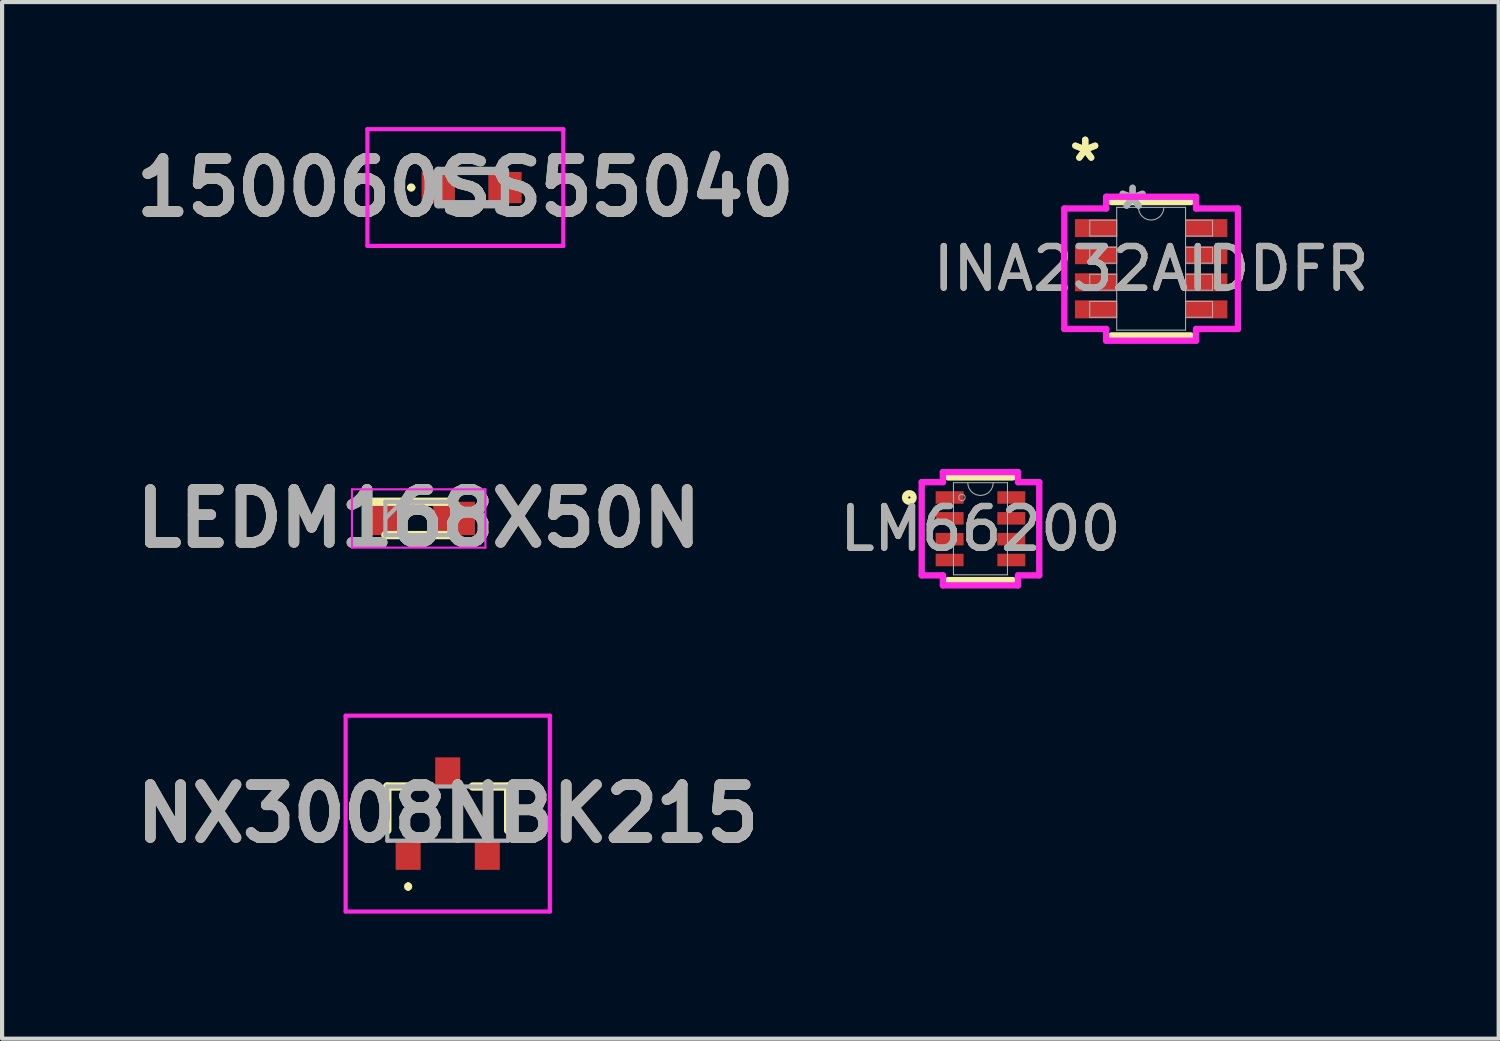
<source format=kicad_pcb>
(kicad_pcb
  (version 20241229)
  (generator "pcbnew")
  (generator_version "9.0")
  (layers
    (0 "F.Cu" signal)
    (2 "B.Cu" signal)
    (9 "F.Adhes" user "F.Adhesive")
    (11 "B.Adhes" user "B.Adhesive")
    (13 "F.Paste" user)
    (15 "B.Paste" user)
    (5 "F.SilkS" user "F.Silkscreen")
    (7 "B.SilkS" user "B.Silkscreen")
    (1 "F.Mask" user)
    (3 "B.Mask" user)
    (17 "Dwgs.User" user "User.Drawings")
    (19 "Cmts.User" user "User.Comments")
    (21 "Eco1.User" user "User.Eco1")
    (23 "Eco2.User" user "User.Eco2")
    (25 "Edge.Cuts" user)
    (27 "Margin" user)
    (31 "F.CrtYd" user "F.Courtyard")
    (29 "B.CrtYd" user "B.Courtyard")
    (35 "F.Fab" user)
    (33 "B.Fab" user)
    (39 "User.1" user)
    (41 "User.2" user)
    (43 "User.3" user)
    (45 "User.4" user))
  (footprint "LEDM168X50N"
    (layer "F.Cu")
    (at 6.997 9.39)
    (property "Reference" "LEDM168X50N" (at 0 0 0) (layer "F.SilkS") (effects (font (size 1.27 1.27) (thickness 0.254))))
    (attr smd)
    (fp_line (start -0.8 0.4) (end 0.8 0.4) (stroke (width 0.2) (type solid)) (layer "F.SilkS"))
    (fp_line (start 0.8 -0.4) (end -1.25 -0.4) (stroke (width 0.2) (type solid)) (layer "F.SilkS"))
    (fp_line (start -1.6 -0.7) (end 1.6 -0.7) (stroke (width 0.05) (type solid)) (layer "F.CrtYd"))
    (fp_line (start -1.6 0.7) (end -1.6 -0.7) (stroke (width 0.05) (type solid)) (layer "F.CrtYd"))
    (fp_line (start 1.6 -0.7) (end 1.6 0.7) (stroke (width 0.05) (type solid)) (layer "F.CrtYd"))
    (fp_line (start 1.6 0.7) (end -1.6 0.7) (stroke (width 0.05) (type solid)) (layer "F.CrtYd"))
    (fp_line (start -0.8 -0.4) (end 0.8 -0.4) (stroke (width 0.1) (type solid)) (layer "F.Fab"))
    (fp_line (start -0.8 0) (end -0.4 -0.4) (stroke (width 0.1) (type solid)) (layer "F.Fab"))
    (fp_line (start -0.8 0.4) (end -0.8 -0.4) (stroke (width 0.1) (type solid)) (layer "F.Fab"))
    (fp_line (start 0.8 -0.4) (end 0.8 0.4) (stroke (width 0.1) (type solid)) (layer "F.Fab"))
    (fp_line (start 0.8 0.4) (end -0.8 0.4) (stroke (width 0.1) (type solid)) (layer "F.Fab"))
    (fp_text user "${REFERENCE}" (at 0 0 0) (layer "F.Fab") (effects (font (size 1.27 1.27) (thickness 0.254))))
    (pad "1" smd rect (at -0.85 0 90) (size 0.8 1) (layers "F.Cu" "F.Mask" "F.Paste"))
    (pad "2" smd rect (at 0.85 0 90) (size 0.8 1) (layers "F.Cu" "F.Mask" "F.Paste")))
  (footprint "INA232AIDDFR"
    (layer "F.Cu")
    (at 24.571 3.398)
    (property "Reference" "INA232AIDDFR" (at 0 0 0) (unlocked yes) (layer "F.SilkS") (effects (font (size 1 1) (thickness 0.15))))
    (attr smd)
    (fp_line (start -0.953 1.6) (end 0.953 1.6) (stroke (width 0.152) (type solid)) (layer "F.SilkS"))
    (fp_line (start 0.953 -1.6) (end -0.953 -1.6) (stroke (width 0.152) (type solid)) (layer "F.SilkS"))
    (fp_line (start -2.083 -1.445) (end -1.079 -1.445) (stroke (width 0.152) (type solid)) (layer "F.CrtYd"))
    (fp_line (start -2.083 1.445) (end -2.083 -1.445) (stroke (width 0.152) (type solid)) (layer "F.CrtYd"))
    (fp_line (start -2.083 1.445) (end -1.079 1.445) (stroke (width 0.152) (type solid)) (layer "F.CrtYd"))
    (fp_line (start -1.079 -1.727) (end 1.079 -1.727) (stroke (width 0.152) (type solid)) (layer "F.CrtYd"))
    (fp_line (start -1.079 -1.445) (end -1.079 -1.727) (stroke (width 0.152) (type solid)) (layer "F.CrtYd"))
    (fp_line (start -1.079 1.727) (end -1.079 1.445) (stroke (width 0.152) (type solid)) (layer "F.CrtYd"))
    (fp_line (start 1.079 -1.727) (end 1.079 -1.445) (stroke (width 0.152) (type solid)) (layer "F.CrtYd"))
    (fp_line (start 1.079 1.445) (end 1.079 1.727) (stroke (width 0.152) (type solid)) (layer "F.CrtYd"))
    (fp_line (start 1.079 1.727) (end -1.079 1.727) (stroke (width 0.152) (type solid)) (layer "F.CrtYd"))
    (fp_line (start 2.083 -1.445) (end 1.079 -1.445) (stroke (width 0.152) (type solid)) (layer "F.CrtYd"))
    (fp_line (start 2.083 -1.445) (end 2.083 1.445) (stroke (width 0.152) (type solid)) (layer "F.CrtYd"))
    (fp_line (start 2.083 1.445) (end 1.079 1.445) (stroke (width 0.152) (type solid)) (layer "F.CrtYd"))
    (fp_line (start -1.473 -1.165) (end -1.473 -0.784) (stroke (width 0.025) (type solid)) (layer "F.Fab"))
    (fp_line (start -1.473 -0.784) (end -0.826 -0.784) (stroke (width 0.025) (type solid)) (layer "F.Fab"))
    (fp_line (start -1.473 -0.515) (end -1.473 -0.134) (stroke (width 0.025) (type solid)) (layer "F.Fab"))
    (fp_line (start -1.473 -0.134) (end -0.826 -0.134) (stroke (width 0.025) (type solid)) (layer "F.Fab"))
    (fp_line (start -1.473 0.134) (end -1.473 0.515) (stroke (width 0.025) (type solid)) (layer "F.Fab"))
    (fp_line (start -1.473 0.515) (end -0.826 0.515) (stroke (width 0.025) (type solid)) (layer "F.Fab"))
    (fp_line (start -1.473 0.784) (end -1.473 1.165) (stroke (width 0.025) (type solid)) (layer "F.Fab"))
    (fp_line (start -1.473 1.165) (end -0.826 1.165) (stroke (width 0.025) (type solid)) (layer "F.Fab"))
    (fp_line (start -0.826 -1.473) (end -0.826 1.473) (stroke (width 0.025) (type solid)) (layer "F.Fab"))
    (fp_line (start -0.826 -1.165) (end -1.473 -1.165) (stroke (width 0.025) (type solid)) (layer "F.Fab"))
    (fp_line (start -0.826 -0.784) (end -0.826 -1.165) (stroke (width 0.025) (type solid)) (layer "F.Fab"))
    (fp_line (start -0.826 -0.515) (end -1.473 -0.515) (stroke (width 0.025) (type solid)) (layer "F.Fab"))
    (fp_line (start -0.826 -0.134) (end -0.826 -0.515) (stroke (width 0.025) (type solid)) (layer "F.Fab"))
    (fp_line (start -0.826 0.134) (end -1.473 0.134) (stroke (width 0.025) (type solid)) (layer "F.Fab"))
    (fp_line (start -0.826 0.515) (end -0.826 0.134) (stroke (width 0.025) (type solid)) (layer "F.Fab"))
    (fp_line (start -0.826 0.784) (end -1.473 0.784) (stroke (width 0.025) (type solid)) (layer "F.Fab"))
    (fp_line (start -0.826 1.165) (end -0.826 0.784) (stroke (width 0.025) (type solid)) (layer "F.Fab"))
    (fp_line (start -0.826 1.473) (end 0.826 1.473) (stroke (width 0.025) (type solid)) (layer "F.Fab"))
    (fp_line (start 0.826 -1.473) (end -0.826 -1.473) (stroke (width 0.025) (type solid)) (layer "F.Fab"))
    (fp_line (start 0.826 -1.165) (end 0.826 -0.784) (stroke (width 0.025) (type solid)) (layer "F.Fab"))
    (fp_line (start 0.826 -0.784) (end 1.473 -0.784) (stroke (width 0.025) (type solid)) (layer "F.Fab"))
    (fp_line (start 0.826 -0.515) (end 0.826 -0.134) (stroke (width 0.025) (type solid)) (layer "F.Fab"))
    (fp_line (start 0.826 -0.134) (end 1.473 -0.134) (stroke (width 0.025) (type solid)) (layer "F.Fab"))
    (fp_line (start 0.826 0.134) (end 0.826 0.515) (stroke (width 0.025) (type solid)) (layer "F.Fab"))
    (fp_line (start 0.826 0.515) (end 1.473 0.515) (stroke (width 0.025) (type solid)) (layer "F.Fab"))
    (fp_line (start 0.826 0.784) (end 0.826 1.165) (stroke (width 0.025) (type solid)) (layer "F.Fab"))
    (fp_line (start 0.826 1.165) (end 1.473 1.165) (stroke (width 0.025) (type solid)) (layer "F.Fab"))
    (fp_line (start 0.826 1.473) (end 0.826 -1.473) (stroke (width 0.025) (type solid)) (layer "F.Fab"))
    (fp_line (start 1.473 -1.165) (end 0.826 -1.165) (stroke (width 0.025) (type solid)) (layer "F.Fab"))
    (fp_line (start 1.473 -0.784) (end 1.473 -1.165) (stroke (width 0.025) (type solid)) (layer "F.Fab"))
    (fp_line (start 1.473 -0.515) (end 0.826 -0.515) (stroke (width 0.025) (type solid)) (layer "F.Fab"))
    (fp_line (start 1.473 -0.134) (end 1.473 -0.515) (stroke (width 0.025) (type solid)) (layer "F.Fab"))
    (fp_line (start 1.473 0.134) (end 0.826 0.134) (stroke (width 0.025) (type solid)) (layer "F.Fab"))
    (fp_line (start 1.473 0.515) (end 1.473 0.134) (stroke (width 0.025) (type solid)) (layer "F.Fab"))
    (fp_line (start 1.473 0.784) (end 0.826 0.784) (stroke (width 0.025) (type solid)) (layer "F.Fab"))
    (fp_line (start 1.473 1.165) (end 1.473 0.784) (stroke (width 0.025) (type solid)) (layer "F.Fab"))
    (fp_arc (start 0.3048 -1.4732) (mid 0 -1.1684) (end -0.3048 -1.4732) (stroke (width 0.0254) (type solid)) (layer "F.Fab"))
    (fp_text user "*" (at -1.581 -2.55 0) (unlocked yes) (layer "F.SilkS") (effects (font (size 1 1) (thickness 0.15))))
    (fp_text user "*" (at -1.581 -2.55 0) (layer "F.SilkS") (effects (font (size 1 1) (thickness 0.15))))
    (fp_text user "${REFERENCE}" (at 0 0 0) (unlocked yes) (layer "F.Fab") (effects (font (size 1 1) (thickness 0.15))))
    (fp_text user "*" (at -0.445 -1.397 0) (layer "F.Fab") (effects (font (size 1 1) (thickness 0.15))))
    (fp_text user "*" (at -0.445 -1.397 0) (unlocked yes) (layer "F.Fab") (effects (font (size 1 1) (thickness 0.15))))
    (pad "1" smd rect (at -1.327 -0.975) (size 1.003 0.432) (layers "F.Cu" "F.Mask" "F.Paste"))
    (pad "2" smd rect (at -1.327 -0.325) (size 1.003 0.432) (layers "F.Cu" "F.Mask" "F.Paste"))
    (pad "3" smd rect (at -1.327 0.325) (size 1.003 0.432) (layers "F.Cu" "F.Mask" "F.Paste"))
    (pad "4" smd rect (at -1.327 0.975) (size 1.003 0.432) (layers "F.Cu" "F.Mask" "F.Paste"))
    (pad "5" smd rect (at 1.327 0.975) (size 1.003 0.432) (layers "F.Cu" "F.Mask" "F.Paste"))
    (pad "6" smd rect (at 1.327 0.325) (size 1.003 0.432) (layers "F.Cu" "F.Mask" "F.Paste"))
    (pad "7" smd rect (at 1.327 -0.325) (size 1.003 0.432) (layers "F.Cu" "F.Mask" "F.Paste"))
    (pad "8" smd rect (at 1.327 -0.975) (size 1.003 0.432) (layers "F.Cu" "F.Mask" "F.Paste")))
  (footprint "150060SS55040"
    (layer "F.Cu")
    (at 8.266 1.45)
    (property "Reference" "150060SS55040" (at -0.15 0 0) (layer "F.SilkS") (effects (font (size 1.27 1.27) (thickness 0.254))))
    (attr smd)
    (fp_line (start -1.5 0) (end -1.5 0) (stroke (width 0.1) (type solid)) (layer "F.SilkS"))
    (fp_line (start -1.4 0) (end -1.4 0) (stroke (width 0.1) (type solid)) (layer "F.SilkS"))
    (fp_line (start -0.2 -0.4) (end 0.2 -0.4) (stroke (width 0.1) (type solid)) (layer "F.SilkS"))
    (fp_line (start -0.2 0.4) (end 0.2 0.4) (stroke (width 0.1) (type solid)) (layer "F.SilkS"))
    (fp_arc (start -1.5 0) (mid -1.45 -0.05) (end -1.4 0) (stroke (width 0.1) (type solid)) (layer "F.SilkS"))
    (fp_arc (start -1.4 0) (mid -1.45 0.05) (end -1.5 0) (stroke (width 0.1) (type solid)) (layer "F.SilkS"))
    (fp_line (start -2.5 -1.4) (end 2.2 -1.4) (stroke (width 0.1) (type solid)) (layer "F.CrtYd"))
    (fp_line (start -2.5 1.4) (end -2.5 -1.4) (stroke (width 0.1) (type solid)) (layer "F.CrtYd"))
    (fp_line (start 2.2 -1.4) (end 2.2 1.4) (stroke (width 0.1) (type solid)) (layer "F.CrtYd"))
    (fp_line (start 2.2 1.4) (end -2.5 1.4) (stroke (width 0.1) (type solid)) (layer "F.CrtYd"))
    (fp_line (start -0.8 -0.4) (end 0.8 -0.4) (stroke (width 0.2) (type solid)) (layer "F.Fab"))
    (fp_line (start -0.8 0.4) (end -0.8 -0.4) (stroke (width 0.2) (type solid)) (layer "F.Fab"))
    (fp_line (start 0.8 -0.4) (end 0.8 0.4) (stroke (width 0.2) (type solid)) (layer "F.Fab"))
    (fp_line (start 0.8 0.4) (end -0.8 0.4) (stroke (width 0.2) (type solid)) (layer "F.Fab"))
    (fp_text user "${REFERENCE}" (at -0.15 0 0) (layer "F.Fab") (effects (font (size 1.27 1.27) (thickness 0.254))))
    (pad "1" smd rect (at -0.8 0 90) (size 0.75 0.8) (layers "F.Cu" "F.Mask" "F.Paste"))
    (pad "2" smd rect (at 0.8 0 90) (size 0.75 0.8) (layers "F.Cu" "F.Mask" "F.Paste")))
  (footprint "NX3008NBK215"
    (layer "F.Cu")
    (at 7.693 16.472)
    (property "Reference" "NX3008NBK215" (at 0 0 0) (layer "F.SilkS") (effects (font (size 1.27 1.27) (thickness 0.254))))
    (attr smd)
    (fp_line (start -1.45 -0.65) (end -1.45 0.4) (stroke (width 0.2) (type solid)) (layer "F.SilkS"))
    (fp_line (start -0.95 1.7) (end -0.95 1.7) (stroke (width 0.1) (type solid)) (layer "F.SilkS"))
    (fp_line (start -0.95 1.8) (end -0.95 1.8) (stroke (width 0.1) (type solid)) (layer "F.SilkS"))
    (fp_line (start -0.6 -0.65) (end -1.45 -0.65) (stroke (width 0.2) (type solid)) (layer "F.SilkS"))
    (fp_line (start 0.6 -0.65) (end 1.45 -0.65) (stroke (width 0.2) (type solid)) (layer "F.SilkS"))
    (fp_line (start 1.45 -0.65) (end 1.45 0.4) (stroke (width 0.2) (type solid)) (layer "F.SilkS"))
    (fp_arc (start -0.95 1.7) (mid -0.9 1.75) (end -0.95 1.8) (stroke (width 0.1) (type solid)) (layer "F.SilkS"))
    (fp_arc (start -0.95 1.8) (mid -1 1.75) (end -0.95 1.7) (stroke (width 0.1) (type solid)) (layer "F.SilkS"))
    (fp_line (start -2.45 -2.35) (end 2.45 -2.35) (stroke (width 0.1) (type solid)) (layer "F.CrtYd"))
    (fp_line (start -2.45 2.35) (end -2.45 -2.35) (stroke (width 0.1) (type solid)) (layer "F.CrtYd"))
    (fp_line (start 2.45 -2.35) (end 2.45 2.35) (stroke (width 0.1) (type solid)) (layer "F.CrtYd"))
    (fp_line (start 2.45 2.35) (end -2.45 2.35) (stroke (width 0.1) (type solid)) (layer "F.CrtYd"))
    (fp_line (start -1.45 -0.65) (end 1.45 -0.65) (stroke (width 0.1) (type solid)) (layer "F.Fab"))
    (fp_line (start -1.45 0.65) (end -1.45 -0.65) (stroke (width 0.1) (type solid)) (layer "F.Fab"))
    (fp_line (start 1.45 -0.65) (end 1.45 0.65) (stroke (width 0.1) (type solid)) (layer "F.Fab"))
    (fp_line (start 1.45 0.65) (end -1.45 0.65) (stroke (width 0.1) (type solid)) (layer "F.Fab"))
    (fp_text user "${REFERENCE}" (at 0 0 0) (layer "F.Fab") (effects (font (size 1.27 1.27) (thickness 0.254))))
    (pad "1" smd rect (at -0.95 1) (size 0.6 0.7) (layers "F.Cu" "F.Mask" "F.Paste"))
    (pad "2" smd rect (at 0.95 1) (size 0.6 0.7) (layers "F.Cu" "F.Mask" "F.Paste"))
    (pad "3" smd rect (at 0 -1) (size 0.6 0.7) (layers "F.Cu" "F.Mask" "F.Paste")))
  (footprint "LM66200"
    (layer "F.Cu")
    (at 20.476 9.637)
    (property "Reference" "LM66200" (at 0 0 0) (unlocked yes) (layer "F.SilkS") (effects (font (size 1 1) (thickness 0.15))))
    (attr smd)
    (fp_line (start -0.775 1.232) (end 0.775 1.232) (stroke (width 0.152) (type solid)) (layer "F.SilkS"))
    (fp_line (start 0.775 -1.232) (end -0.775 -1.232) (stroke (width 0.152) (type solid)) (layer "F.SilkS"))
    (fp_circle (center -1.707 -0.75) (end -1.605 -0.75) (stroke (width 0.152) (type solid)) (fill no) (layer "F.SilkS"))
    (fp_line (start -1.41 -1.118) (end -0.902 -1.118) (stroke (width 0.152) (type solid)) (layer "F.CrtYd"))
    (fp_line (start -1.41 1.118) (end -1.41 -1.118) (stroke (width 0.152) (type solid)) (layer "F.CrtYd"))
    (fp_line (start -1.41 1.118) (end -0.902 1.118) (stroke (width 0.152) (type solid)) (layer "F.CrtYd"))
    (fp_line (start -0.902 -1.359) (end 0.902 -1.359) (stroke (width 0.152) (type solid)) (layer "F.CrtYd"))
    (fp_line (start -0.902 -1.118) (end -0.902 -1.359) (stroke (width 0.152) (type solid)) (layer "F.CrtYd"))
    (fp_line (start -0.902 1.359) (end -0.902 1.118) (stroke (width 0.152) (type solid)) (layer "F.CrtYd"))
    (fp_line (start 0.902 -1.359) (end 0.902 -1.118) (stroke (width 0.152) (type solid)) (layer "F.CrtYd"))
    (fp_line (start 0.902 1.118) (end 0.902 1.359) (stroke (width 0.152) (type solid)) (layer "F.CrtYd"))
    (fp_line (start 0.902 1.359) (end -0.902 1.359) (stroke (width 0.152) (type solid)) (layer "F.CrtYd"))
    (fp_line (start 1.41 -1.118) (end 0.902 -1.118) (stroke (width 0.152) (type solid)) (layer "F.CrtYd"))
    (fp_line (start 1.41 -1.118) (end 1.41 1.118) (stroke (width 0.152) (type solid)) (layer "F.CrtYd"))
    (fp_line (start 1.41 1.118) (end 0.902 1.118) (stroke (width 0.152) (type solid)) (layer "F.CrtYd"))
    (fp_line (start -0.648 -1.105) (end -0.648 1.105) (stroke (width 0.025) (type solid)) (layer "F.Fab"))
    (fp_line (start -0.648 1.105) (end 0.648 1.105) (stroke (width 0.025) (type solid)) (layer "F.Fab"))
    (fp_line (start 0.648 -1.105) (end -0.648 -1.105) (stroke (width 0.025) (type solid)) (layer "F.Fab"))
    (fp_line (start 0.648 1.105) (end 0.648 -1.105) (stroke (width 0.025) (type solid)) (layer "F.Fab"))
    (fp_arc (start 0.3048 -1.1049) (mid 0 -0.8001) (end -0.3048 -1.1049) (stroke (width 0.0254) (type solid)) (layer "F.Fab"))
    (fp_circle (center -0.445 -0.75) (end -0.368 -0.75) (stroke (width 0.025) (type solid)) (fill no) (layer "F.Fab"))
    (fp_text user "${REFERENCE}" (at 0 0 0) (unlocked yes) (layer "F.Fab") (effects (font (size 1 1) (thickness 0.15))))
    (pad "1" smd rect (at -0.74 -0.75) (size 0.67 0.3) (layers "F.Cu" "F.Mask" "F.Paste"))
    (pad "2" smd rect (at -0.74 -0.25) (size 0.67 0.3) (layers "F.Cu" "F.Mask" "F.Paste"))
    (pad "3" smd rect (at -0.74 0.25) (size 0.67 0.3) (layers "F.Cu" "F.Mask" "F.Paste"))
    (pad "4" smd rect (at -0.74 0.75) (size 0.67 0.3) (layers "F.Cu" "F.Mask" "F.Paste"))
    (pad "5" smd rect (at 0.74 0.75) (size 0.67 0.3) (layers "F.Cu" "F.Mask" "F.Paste"))
    (pad "6" smd rect (at 0.74 0.25) (size 0.67 0.3) (layers "F.Cu" "F.Mask" "F.Paste"))
    (pad "7" smd rect (at 0.74 -0.25) (size 0.67 0.3) (layers "F.Cu" "F.Mask" "F.Paste"))
    (pad "8" smd rect (at 0.74 -0.75) (size 0.67 0.3) (layers "F.Cu" "F.Mask" "F.Paste")))
  (gr_rect
    (start -3 -3)
    (end 32.91 21.872)
    (stroke (width 0.1) (type default))
    (fill no)
    (layer "Edge.Cuts")))
</source>
